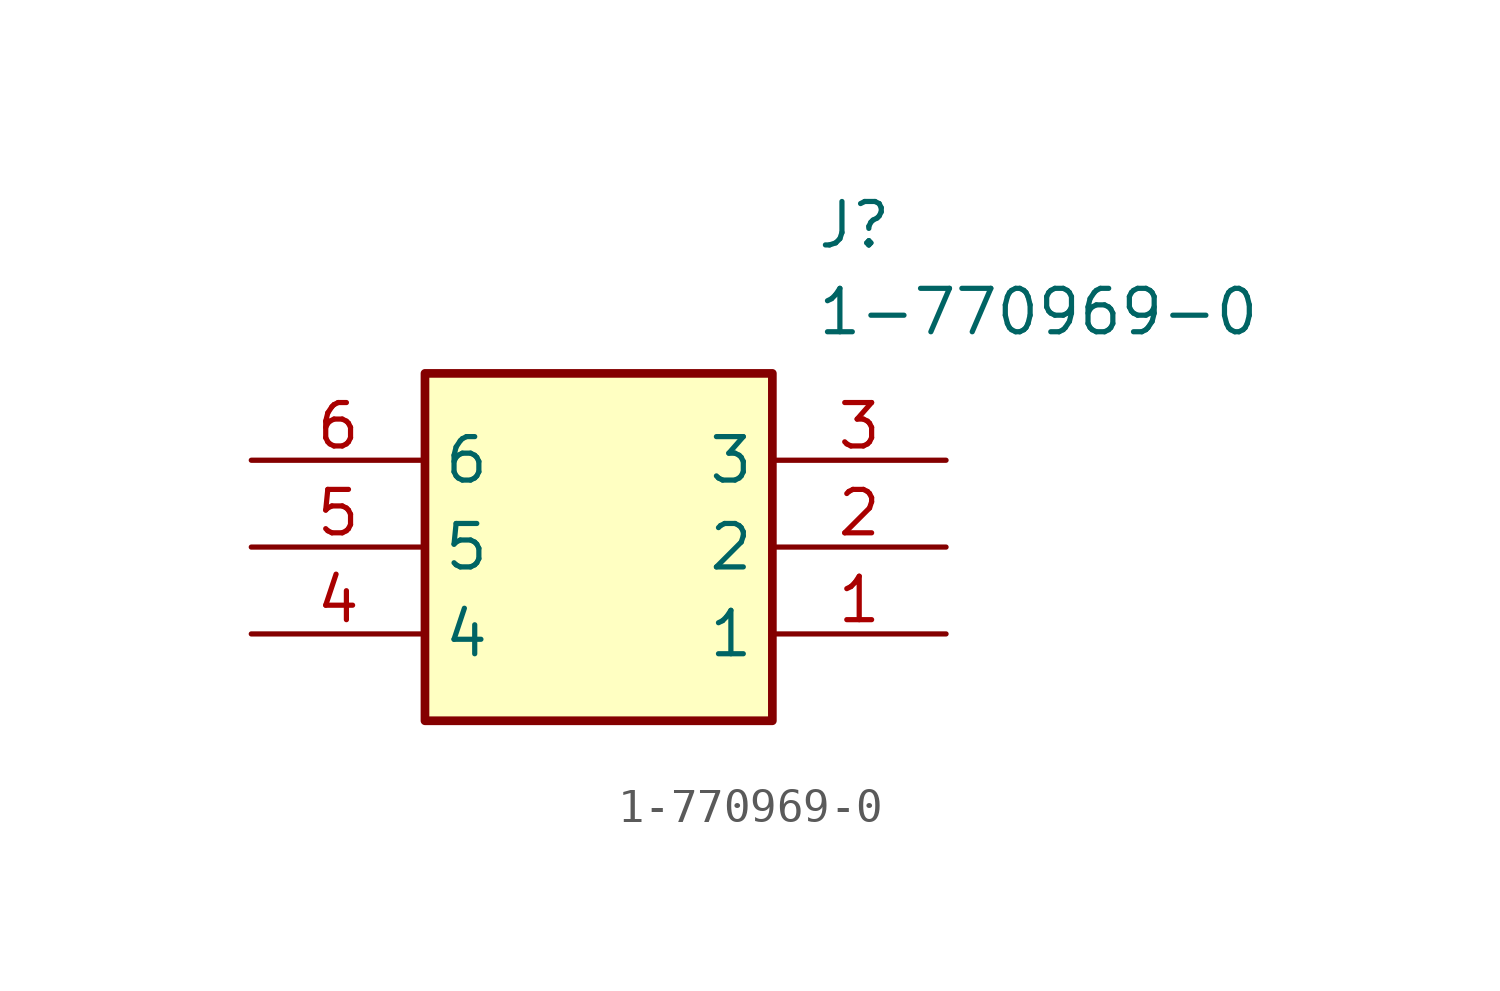
<source format=kicad_sym>
(kicad_symbol_lib
  (version 20211014)
  (generator SamacSys_ECAD_Model)
  (symbol "1-770969-0"
    (property "Reference" "J"
      (at 16.51 7.62 0)
      (effects (font (size 1.27 1.27)) (justify left top)))
    (property "Value" "1-770969-0"
      (at 16.51 5.08 0)
      (effects (font (size 1.27 1.27)) (justify left top)))
    (rectangle
      (start 5.08 2.54)
      (end 15.24 -7.62)
      (stroke (width 0.254) (type default))
      (fill (type background)))
    (pin passive line
      (at 20.32 -5.08 180)
      (length 5.08)
      (name "1" (effects (font (size 1.27 1.27))))
      (number "1" (effects (font (size 1.27 1.27)))))
    (pin passive line
      (at 20.32 -2.54 180)
      (length 5.08)
      (name "2" (effects (font (size 1.27 1.27))))
      (number "2" (effects (font (size 1.27 1.27)))))
    (pin passive line
      (at 20.32 0 180)
      (length 5.08)
      (name "3" (effects (font (size 1.27 1.27))))
      (number "3" (effects (font (size 1.27 1.27)))))
    (pin passive line
      (at 0 -5.08 0)
      (length 5.08)
      (name "4" (effects (font (size 1.27 1.27))))
      (number "4" (effects (font (size 1.27 1.27)))))
    (pin passive line
      (at 0 -2.54 0)
      (length 5.08)
      (name "5" (effects (font (size 1.27 1.27))))
      (number "5" (effects (font (size 1.27 1.27)))))
    (pin passive line
      (at 0 0 0)
      (length 5.08)
      (name "6" (effects (font (size 1.27 1.27))))
      (number "6" (effects (font (size 1.27 1.27)))))))
</source>
